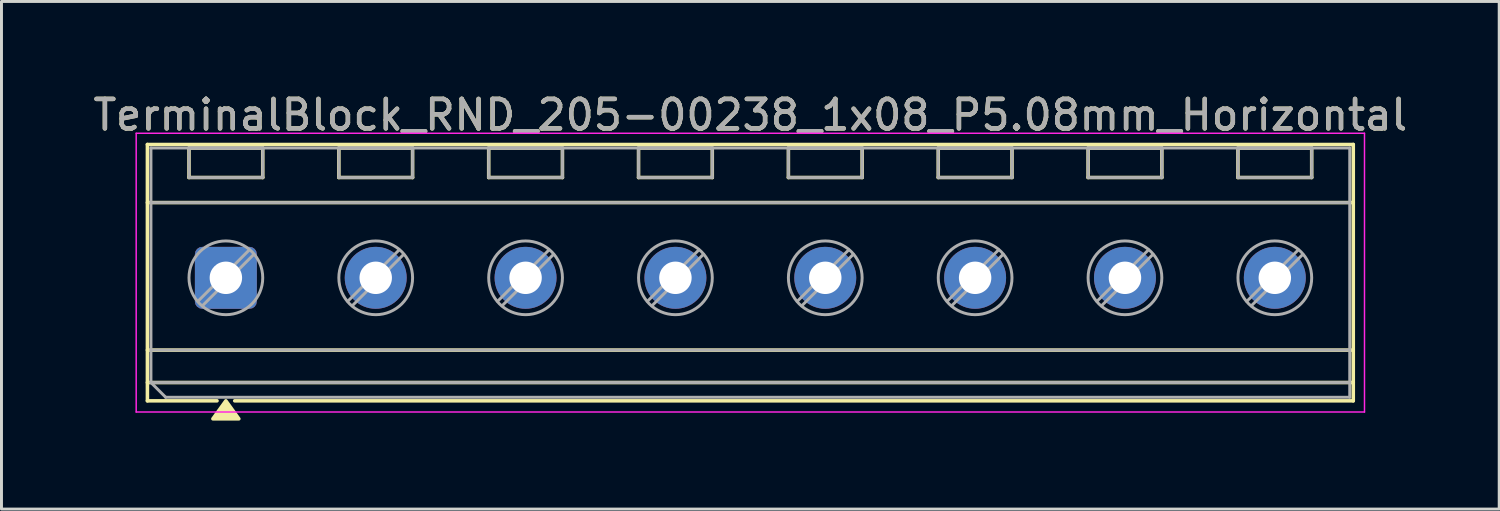
<source format=kicad_pcb>
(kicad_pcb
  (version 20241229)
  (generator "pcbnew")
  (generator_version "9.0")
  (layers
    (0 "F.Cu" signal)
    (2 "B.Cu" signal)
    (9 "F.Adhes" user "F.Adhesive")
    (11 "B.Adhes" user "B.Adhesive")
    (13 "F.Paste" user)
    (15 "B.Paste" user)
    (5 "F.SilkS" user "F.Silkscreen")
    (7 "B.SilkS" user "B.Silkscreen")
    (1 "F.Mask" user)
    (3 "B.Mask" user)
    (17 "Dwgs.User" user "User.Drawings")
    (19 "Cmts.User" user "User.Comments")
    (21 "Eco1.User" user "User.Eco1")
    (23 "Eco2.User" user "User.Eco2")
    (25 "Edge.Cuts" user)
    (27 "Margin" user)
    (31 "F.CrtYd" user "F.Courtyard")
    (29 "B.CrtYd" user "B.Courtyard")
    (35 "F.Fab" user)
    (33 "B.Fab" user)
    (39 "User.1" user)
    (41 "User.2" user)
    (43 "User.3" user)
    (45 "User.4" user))
  (footprint "TerminalBlock_RND_205-00238_1x08_P5.08mm_Horizontal"
    (layer "F.Cu")
    (at 4.607 6.368)
    (property "Reference" "TerminalBlock_RND_205-00238_1x08_P5.08mm_Horizontal" (at 17.78 -5.52 0) (layer "F.SilkS") (effects (font (size 1 1) (thickness 0.15))))
    (attr through_hole)
    (fp_line (start -2.66 -4.52) (end -2.66 4.17) (stroke (width 0.12) (type solid)) (layer "F.SilkS"))
    (fp_line (start -2.66 -4.52) (end 38.22 -4.52) (stroke (width 0.12) (type solid)) (layer "F.SilkS"))
    (fp_line (start -2.66 -2.55) (end 38.22 -2.55) (stroke (width 0.12) (type solid)) (layer "F.SilkS"))
    (fp_line (start -2.66 2.45) (end 38.22 2.45) (stroke (width 0.12) (type solid)) (layer "F.SilkS"))
    (fp_line (start -2.66 3.55) (end 38.22 3.55) (stroke (width 0.12) (type solid)) (layer "F.SilkS"))
    (fp_line (start -2.66 4.17) (end -0.3 4.17) (stroke (width 0.12) (type solid)) (layer "F.SilkS"))
    (fp_line (start -1.25 -4.4) (end -1.25 -3.4) (stroke (width 0.12) (type solid)) (layer "F.SilkS"))
    (fp_line (start -1.25 -4.4) (end 1.25 -4.4) (stroke (width 0.12) (type solid)) (layer "F.SilkS"))
    (fp_line (start -1.25 -3.4) (end 1.25 -3.4) (stroke (width 0.12) (type solid)) (layer "F.SilkS"))
    (fp_line (start 0.3 4.17) (end 38.22 4.17) (stroke (width 0.12) (type solid)) (layer "F.SilkS"))
    (fp_line (start 1.25 -4.4) (end 1.25 -3.4) (stroke (width 0.12) (type solid)) (layer "F.SilkS"))
    (fp_line (start 3.83 -4.4) (end 3.83 -3.4) (stroke (width 0.12) (type solid)) (layer "F.SilkS"))
    (fp_line (start 3.83 -4.4) (end 6.33 -4.4) (stroke (width 0.12) (type solid)) (layer "F.SilkS"))
    (fp_line (start 3.83 -3.4) (end 6.33 -3.4) (stroke (width 0.12) (type solid)) (layer "F.SilkS"))
    (fp_line (start 6.33 -4.4) (end 6.33 -3.4) (stroke (width 0.12) (type solid)) (layer "F.SilkS"))
    (fp_line (start 8.91 -4.4) (end 8.91 -3.4) (stroke (width 0.12) (type solid)) (layer "F.SilkS"))
    (fp_line (start 8.91 -4.4) (end 11.41 -4.4) (stroke (width 0.12) (type solid)) (layer "F.SilkS"))
    (fp_line (start 8.91 -3.4) (end 11.41 -3.4) (stroke (width 0.12) (type solid)) (layer "F.SilkS"))
    (fp_line (start 11.41 -4.4) (end 11.41 -3.4) (stroke (width 0.12) (type solid)) (layer "F.SilkS"))
    (fp_line (start 13.99 -4.4) (end 13.99 -3.4) (stroke (width 0.12) (type solid)) (layer "F.SilkS"))
    (fp_line (start 13.99 -4.4) (end 16.49 -4.4) (stroke (width 0.12) (type solid)) (layer "F.SilkS"))
    (fp_line (start 13.99 -3.4) (end 16.49 -3.4) (stroke (width 0.12) (type solid)) (layer "F.SilkS"))
    (fp_line (start 16.49 -4.4) (end 16.49 -3.4) (stroke (width 0.12) (type solid)) (layer "F.SilkS"))
    (fp_line (start 19.07 -4.4) (end 19.07 -3.4) (stroke (width 0.12) (type solid)) (layer "F.SilkS"))
    (fp_line (start 19.07 -4.4) (end 21.57 -4.4) (stroke (width 0.12) (type solid)) (layer "F.SilkS"))
    (fp_line (start 19.07 -3.4) (end 21.57 -3.4) (stroke (width 0.12) (type solid)) (layer "F.SilkS"))
    (fp_line (start 21.57 -4.4) (end 21.57 -3.4) (stroke (width 0.12) (type solid)) (layer "F.SilkS"))
    (fp_line (start 24.15 -4.4) (end 24.15 -3.4) (stroke (width 0.12) (type solid)) (layer "F.SilkS"))
    (fp_line (start 24.15 -4.4) (end 26.65 -4.4) (stroke (width 0.12) (type solid)) (layer "F.SilkS"))
    (fp_line (start 24.15 -3.4) (end 26.65 -3.4) (stroke (width 0.12) (type solid)) (layer "F.SilkS"))
    (fp_line (start 26.65 -4.4) (end 26.65 -3.4) (stroke (width 0.12) (type solid)) (layer "F.SilkS"))
    (fp_line (start 29.23 -4.4) (end 29.23 -3.4) (stroke (width 0.12) (type solid)) (layer "F.SilkS"))
    (fp_line (start 29.23 -4.4) (end 31.73 -4.4) (stroke (width 0.12) (type solid)) (layer "F.SilkS"))
    (fp_line (start 29.23 -3.4) (end 31.73 -3.4) (stroke (width 0.12) (type solid)) (layer "F.SilkS"))
    (fp_line (start 31.73 -4.4) (end 31.73 -3.4) (stroke (width 0.12) (type solid)) (layer "F.SilkS"))
    (fp_line (start 34.31 -4.4) (end 34.31 -3.4) (stroke (width 0.12) (type solid)) (layer "F.SilkS"))
    (fp_line (start 34.31 -4.4) (end 36.81 -4.4) (stroke (width 0.12) (type solid)) (layer "F.SilkS"))
    (fp_line (start 34.31 -3.4) (end 36.81 -3.4) (stroke (width 0.12) (type solid)) (layer "F.SilkS"))
    (fp_line (start 36.81 -4.4) (end 36.81 -3.4) (stroke (width 0.12) (type solid)) (layer "F.SilkS"))
    (fp_line (start 38.22 -4.52) (end 38.22 4.17) (stroke (width 0.12) (type solid)) (layer "F.SilkS"))
    (fp_poly (pts (xy 0 4.17) (xy 0.44 4.78) (xy -0.44 4.78)) (stroke (width 0.12) (type solid)) (fill yes) (layer "F.SilkS"))
    (fp_line (start -3.04 -4.9) (end -3.04 4.55) (stroke (width 0.05) (type solid)) (layer "F.CrtYd"))
    (fp_line (start -3.04 4.55) (end 38.6 4.55) (stroke (width 0.05) (type solid)) (layer "F.CrtYd"))
    (fp_line (start 38.6 -4.9) (end -3.04 -4.9) (stroke (width 0.05) (type solid)) (layer "F.CrtYd"))
    (fp_line (start 38.6 4.55) (end 38.6 -4.9) (stroke (width 0.05) (type solid)) (layer "F.CrtYd"))
    (fp_line (start -2.54 -4.4) (end 38.1 -4.4) (stroke (width 0.1) (type solid)) (layer "F.Fab"))
    (fp_line (start -2.54 -2.55) (end 38.1 -2.55) (stroke (width 0.1) (type solid)) (layer "F.Fab"))
    (fp_line (start -2.54 2.45) (end 38.1 2.45) (stroke (width 0.1) (type solid)) (layer "F.Fab"))
    (fp_line (start -2.54 3.55) (end -2.54 -4.4) (stroke (width 0.1) (type solid)) (layer "F.Fab"))
    (fp_line (start -2.54 3.55) (end 38.1 3.55) (stroke (width 0.1) (type solid)) (layer "F.Fab"))
    (fp_line (start -2.04 4.05) (end -2.54 3.55) (stroke (width 0.1) (type solid)) (layer "F.Fab"))
    (fp_line (start -1.25 -4.4) (end -1.25 -3.4) (stroke (width 0.1) (type solid)) (layer "F.Fab"))
    (fp_line (start -1.25 -3.4) (end 1.25 -3.4) (stroke (width 0.1) (type solid)) (layer "F.Fab"))
    (fp_line (start 0.796 -0.948) (end -0.948 0.795) (stroke (width 0.1) (type solid)) (layer "F.Fab"))
    (fp_line (start 0.948 -0.795) (end -0.796 0.948) (stroke (width 0.1) (type solid)) (layer "F.Fab"))
    (fp_line (start 1.25 -4.4) (end -1.25 -4.4) (stroke (width 0.1) (type solid)) (layer "F.Fab"))
    (fp_line (start 1.25 -3.4) (end 1.25 -4.4) (stroke (width 0.1) (type solid)) (layer "F.Fab"))
    (fp_line (start 3.83 -4.4) (end 3.83 -3.4) (stroke (width 0.1) (type solid)) (layer "F.Fab"))
    (fp_line (start 3.83 -3.4) (end 6.33 -3.4) (stroke (width 0.1) (type solid)) (layer "F.Fab"))
    (fp_line (start 5.876 -0.948) (end 4.132 0.795) (stroke (width 0.1) (type solid)) (layer "F.Fab"))
    (fp_line (start 6.028 -0.795) (end 4.284 0.948) (stroke (width 0.1) (type solid)) (layer "F.Fab"))
    (fp_line (start 6.33 -4.4) (end 3.83 -4.4) (stroke (width 0.1) (type solid)) (layer "F.Fab"))
    (fp_line (start 6.33 -3.4) (end 6.33 -4.4) (stroke (width 0.1) (type solid)) (layer "F.Fab"))
    (fp_line (start 8.91 -4.4) (end 8.91 -3.4) (stroke (width 0.1) (type solid)) (layer "F.Fab"))
    (fp_line (start 8.91 -3.4) (end 11.41 -3.4) (stroke (width 0.1) (type solid)) (layer "F.Fab"))
    (fp_line (start 10.956 -0.948) (end 9.212 0.795) (stroke (width 0.1) (type solid)) (layer "F.Fab"))
    (fp_line (start 11.108 -0.795) (end 9.364 0.948) (stroke (width 0.1) (type solid)) (layer "F.Fab"))
    (fp_line (start 11.41 -4.4) (end 8.91 -4.4) (stroke (width 0.1) (type solid)) (layer "F.Fab"))
    (fp_line (start 11.41 -3.4) (end 11.41 -4.4) (stroke (width 0.1) (type solid)) (layer "F.Fab"))
    (fp_line (start 13.99 -4.4) (end 13.99 -3.4) (stroke (width 0.1) (type solid)) (layer "F.Fab"))
    (fp_line (start 13.99 -3.4) (end 16.49 -3.4) (stroke (width 0.1) (type solid)) (layer "F.Fab"))
    (fp_line (start 16.036 -0.948) (end 14.292 0.795) (stroke (width 0.1) (type solid)) (layer "F.Fab"))
    (fp_line (start 16.188 -0.795) (end 14.444 0.948) (stroke (width 0.1) (type solid)) (layer "F.Fab"))
    (fp_line (start 16.49 -4.4) (end 13.99 -4.4) (stroke (width 0.1) (type solid)) (layer "F.Fab"))
    (fp_line (start 16.49 -3.4) (end 16.49 -4.4) (stroke (width 0.1) (type solid)) (layer "F.Fab"))
    (fp_line (start 19.07 -4.4) (end 19.07 -3.4) (stroke (width 0.1) (type solid)) (layer "F.Fab"))
    (fp_line (start 19.07 -3.4) (end 21.57 -3.4) (stroke (width 0.1) (type solid)) (layer "F.Fab"))
    (fp_line (start 21.116 -0.948) (end 19.372 0.795) (stroke (width 0.1) (type solid)) (layer "F.Fab"))
    (fp_line (start 21.268 -0.795) (end 19.524 0.948) (stroke (width 0.1) (type solid)) (layer "F.Fab"))
    (fp_line (start 21.57 -4.4) (end 19.07 -4.4) (stroke (width 0.1) (type solid)) (layer "F.Fab"))
    (fp_line (start 21.57 -3.4) (end 21.57 -4.4) (stroke (width 0.1) (type solid)) (layer "F.Fab"))
    (fp_line (start 24.15 -4.4) (end 24.15 -3.4) (stroke (width 0.1) (type solid)) (layer "F.Fab"))
    (fp_line (start 24.15 -3.4) (end 26.65 -3.4) (stroke (width 0.1) (type solid)) (layer "F.Fab"))
    (fp_line (start 26.196 -0.948) (end 24.452 0.795) (stroke (width 0.1) (type solid)) (layer "F.Fab"))
    (fp_line (start 26.348 -0.795) (end 24.604 0.948) (stroke (width 0.1) (type solid)) (layer "F.Fab"))
    (fp_line (start 26.65 -4.4) (end 24.15 -4.4) (stroke (width 0.1) (type solid)) (layer "F.Fab"))
    (fp_line (start 26.65 -3.4) (end 26.65 -4.4) (stroke (width 0.1) (type solid)) (layer "F.Fab"))
    (fp_line (start 29.23 -4.4) (end 29.23 -3.4) (stroke (width 0.1) (type solid)) (layer "F.Fab"))
    (fp_line (start 29.23 -3.4) (end 31.73 -3.4) (stroke (width 0.1) (type solid)) (layer "F.Fab"))
    (fp_line (start 31.276 -0.948) (end 29.532 0.795) (stroke (width 0.1) (type solid)) (layer "F.Fab"))
    (fp_line (start 31.428 -0.795) (end 29.684 0.948) (stroke (width 0.1) (type solid)) (layer "F.Fab"))
    (fp_line (start 31.73 -4.4) (end 29.23 -4.4) (stroke (width 0.1) (type solid)) (layer "F.Fab"))
    (fp_line (start 31.73 -3.4) (end 31.73 -4.4) (stroke (width 0.1) (type solid)) (layer "F.Fab"))
    (fp_line (start 34.31 -4.4) (end 34.31 -3.4) (stroke (width 0.1) (type solid)) (layer "F.Fab"))
    (fp_line (start 34.31 -3.4) (end 36.81 -3.4) (stroke (width 0.1) (type solid)) (layer "F.Fab"))
    (fp_line (start 36.356 -0.948) (end 34.612 0.795) (stroke (width 0.1) (type solid)) (layer "F.Fab"))
    (fp_line (start 36.508 -0.795) (end 34.764 0.948) (stroke (width 0.1) (type solid)) (layer "F.Fab"))
    (fp_line (start 36.81 -4.4) (end 34.31 -4.4) (stroke (width 0.1) (type solid)) (layer "F.Fab"))
    (fp_line (start 36.81 -3.4) (end 36.81 -4.4) (stroke (width 0.1) (type solid)) (layer "F.Fab"))
    (fp_line (start 38.1 -4.4) (end 38.1 4.05) (stroke (width 0.1) (type solid)) (layer "F.Fab"))
    (fp_line (start 38.1 4.05) (end -2.04 4.05) (stroke (width 0.1) (type solid)) (layer "F.Fab"))
    (fp_circle (center 0 0) (end 1.25 0) (stroke (width 0.1) (type solid)) (fill no) (layer "F.Fab"))
    (fp_circle (center 5.08 0) (end 6.33 0) (stroke (width 0.1) (type solid)) (fill no) (layer "F.Fab"))
    (fp_circle (center 10.16 0) (end 11.41 0) (stroke (width 0.1) (type solid)) (fill no) (layer "F.Fab"))
    (fp_circle (center 15.24 0) (end 16.49 0) (stroke (width 0.1) (type solid)) (fill no) (layer "F.Fab"))
    (fp_circle (center 20.32 0) (end 21.57 0) (stroke (width 0.1) (type solid)) (fill no) (layer "F.Fab"))
    (fp_circle (center 25.4 0) (end 26.65 0) (stroke (width 0.1) (type solid)) (fill no) (layer "F.Fab"))
    (fp_circle (center 30.48 0) (end 31.73 0) (stroke (width 0.1) (type solid)) (fill no) (layer "F.Fab"))
    (fp_circle (center 35.56 0) (end 36.81 0) (stroke (width 0.1) (type solid)) (fill no) (layer "F.Fab"))
    (fp_text user "${REFERENCE}" (at 17.78 -5.52 0) (layer "F.Fab") (effects (font (size 1 1) (thickness 0.15))))
    (pad "1" thru_hole roundrect (at 0 0) (size 2.1 2.1) (drill 1.1) (layers "*.Cu" "*.Mask") (roundrect_rratio 0.119))
    (pad "2" thru_hole circle (at 5.08 0) (size 2.1 2.1) (drill 1.1) (layers "*.Cu" "*.Mask"))
    (pad "3" thru_hole circle (at 10.16 0) (size 2.1 2.1) (drill 1.1) (layers "*.Cu" "*.Mask"))
    (pad "4" thru_hole circle (at 15.24 0) (size 2.1 2.1) (drill 1.1) (layers "*.Cu" "*.Mask"))
    (pad "5" thru_hole circle (at 20.32 0) (size 2.1 2.1) (drill 1.1) (layers "*.Cu" "*.Mask"))
    (pad "6" thru_hole circle (at 25.4 0) (size 2.1 2.1) (drill 1.1) (layers "*.Cu" "*.Mask"))
    (pad "7" thru_hole circle (at 30.48 0) (size 2.1 2.1) (drill 1.1) (layers "*.Cu" "*.Mask"))
    (pad "8" thru_hole circle (at 35.56 0) (size 2.1 2.1) (drill 1.1) (layers "*.Cu" "*.Mask")))
  (gr_rect
    (start -3 -3)
    (end 47.774 14.208)
    (stroke (width 0.1) (type default))
    (fill no)
    (layer "Edge.Cuts")))
</source>
